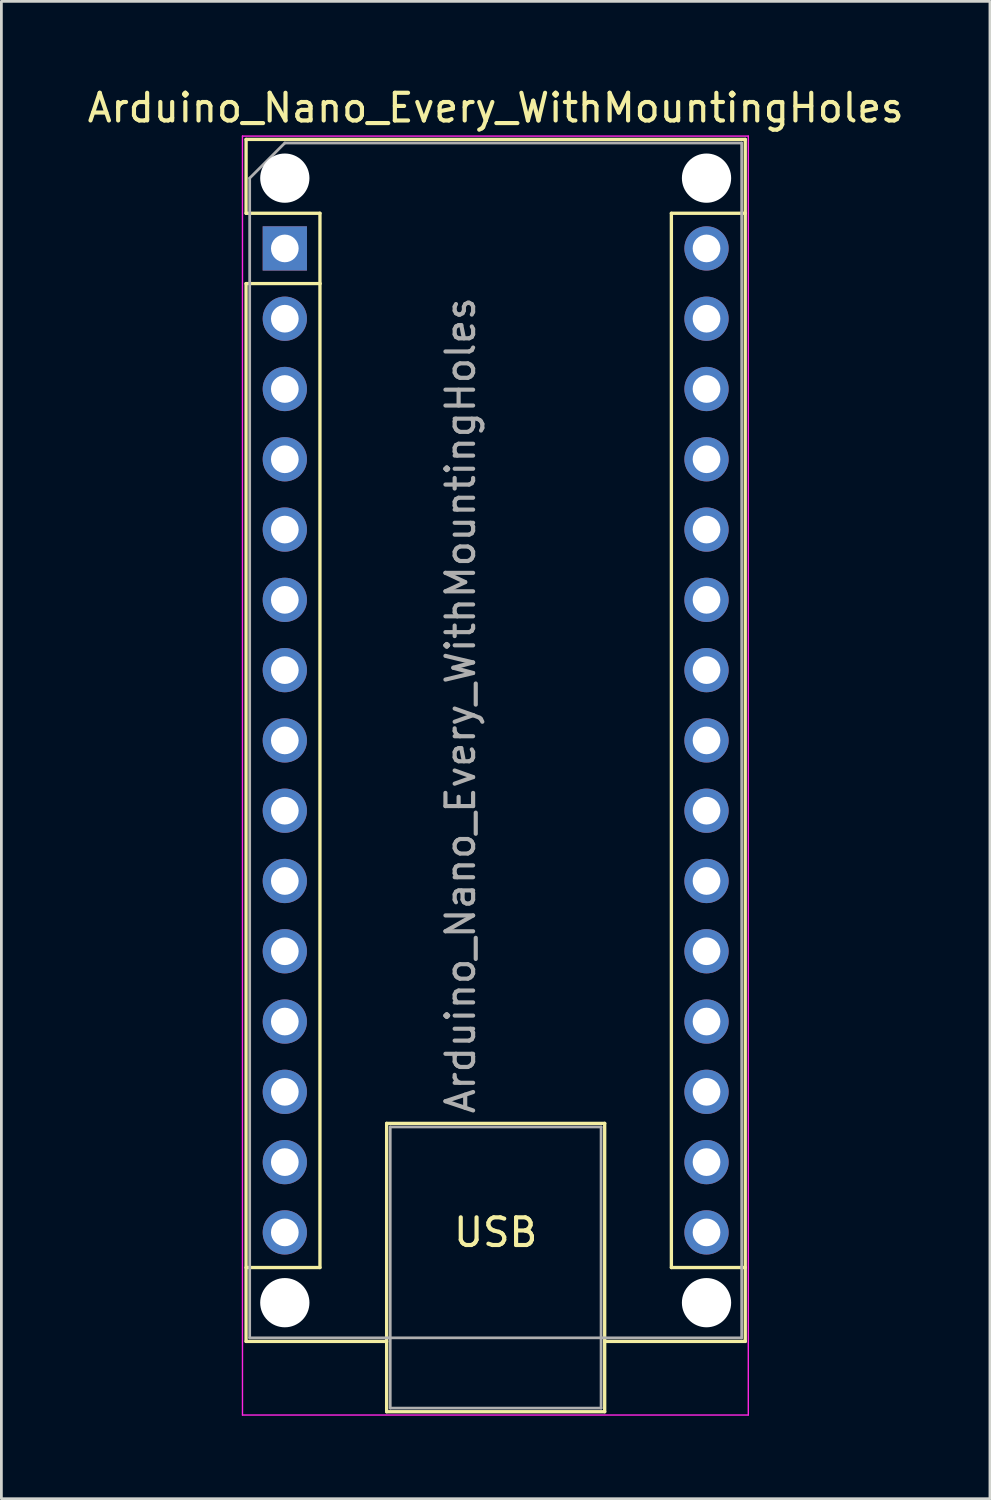
<source format=kicad_pcb>
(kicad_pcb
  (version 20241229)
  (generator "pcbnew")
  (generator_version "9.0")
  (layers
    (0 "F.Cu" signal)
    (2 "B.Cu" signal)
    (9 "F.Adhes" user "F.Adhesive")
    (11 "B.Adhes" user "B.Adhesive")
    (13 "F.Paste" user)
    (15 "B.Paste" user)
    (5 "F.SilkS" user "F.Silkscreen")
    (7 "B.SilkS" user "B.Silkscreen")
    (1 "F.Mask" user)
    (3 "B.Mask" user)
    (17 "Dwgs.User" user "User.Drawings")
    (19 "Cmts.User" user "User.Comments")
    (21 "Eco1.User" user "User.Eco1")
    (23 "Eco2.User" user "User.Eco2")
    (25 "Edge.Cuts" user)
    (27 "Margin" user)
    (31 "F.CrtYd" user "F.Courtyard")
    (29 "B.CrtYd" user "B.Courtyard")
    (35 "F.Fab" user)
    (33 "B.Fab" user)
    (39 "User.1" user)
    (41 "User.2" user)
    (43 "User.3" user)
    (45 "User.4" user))
  (footprint "Arduino_Nano_Every_WithMountingHoles"
    (layer "F.Cu")
    (at 7.243 5.928)
    (property "Reference" "Arduino_Nano_Every_WithMountingHoles" (at 7.62 -5.08 0) (layer "F.SilkS") (effects (font (size 1 1) (thickness 0.15))))
    (attr through_hole)
    (fp_line (start -1.4 -3.94) (end -1.4 -1.27) (stroke (width 0.12) (type solid)) (layer "F.SilkS"))
    (fp_line (start -1.4 1.27) (end -1.4 39.5) (stroke (width 0.12) (type solid)) (layer "F.SilkS"))
    (fp_line (start -1.4 39.5) (end 3.68 39.5) (stroke (width 0.12) (type solid)) (layer "F.SilkS"))
    (fp_line (start 1.27 -1.27) (end -1.4 -1.27) (stroke (width 0.12) (type solid)) (layer "F.SilkS"))
    (fp_line (start 1.27 1.27) (end -1.4 1.27) (stroke (width 0.12) (type solid)) (layer "F.SilkS"))
    (fp_line (start 1.27 1.27) (end 1.27 -1.27) (stroke (width 0.12) (type solid)) (layer "F.SilkS"))
    (fp_line (start 1.27 1.27) (end 1.27 36.83) (stroke (width 0.12) (type solid)) (layer "F.SilkS"))
    (fp_line (start 1.27 36.83) (end -1.4 36.83) (stroke (width 0.12) (type solid)) (layer "F.SilkS"))
    (fp_line (start 3.68 31.62) (end 11.56 31.62) (stroke (width 0.12) (type solid)) (layer "F.SilkS"))
    (fp_line (start 3.68 42.04) (end 3.68 31.62) (stroke (width 0.12) (type solid)) (layer "F.SilkS"))
    (fp_line (start 11.56 31.62) (end 11.56 42.04) (stroke (width 0.12) (type solid)) (layer "F.SilkS"))
    (fp_line (start 11.56 42.04) (end 3.68 42.04) (stroke (width 0.12) (type solid)) (layer "F.SilkS"))
    (fp_line (start 13.97 -1.27) (end 13.97 36.83) (stroke (width 0.12) (type solid)) (layer "F.SilkS"))
    (fp_line (start 13.97 -1.27) (end 16.64 -1.27) (stroke (width 0.12) (type solid)) (layer "F.SilkS"))
    (fp_line (start 13.97 36.83) (end 16.64 36.83) (stroke (width 0.12) (type solid)) (layer "F.SilkS"))
    (fp_line (start 16.64 -3.94) (end -1.4 -3.94) (stroke (width 0.12) (type solid)) (layer "F.SilkS"))
    (fp_line (start 16.64 39.5) (end 11.56 39.5) (stroke (width 0.12) (type solid)) (layer "F.SilkS"))
    (fp_line (start 16.64 39.5) (end 16.64 -3.94) (stroke (width 0.12) (type solid)) (layer "F.SilkS"))
    (fp_line (start -1.53 -4.06) (end -1.53 42.16) (stroke (width 0.05) (type solid)) (layer "F.CrtYd"))
    (fp_line (start -1.53 -4.06) (end 16.75 -4.06) (stroke (width 0.05) (type solid)) (layer "F.CrtYd"))
    (fp_line (start 16.75 42.16) (end -1.53 42.16) (stroke (width 0.05) (type solid)) (layer "F.CrtYd"))
    (fp_line (start 16.75 42.16) (end 16.75 -4.06) (stroke (width 0.05) (type solid)) (layer "F.CrtYd"))
    (fp_line (start -1.27 -2.54) (end 0 -3.81) (stroke (width 0.1) (type solid)) (layer "F.Fab"))
    (fp_line (start -1.27 39.37) (end -1.27 -2.54) (stroke (width 0.1) (type solid)) (layer "F.Fab"))
    (fp_line (start 0 -3.81) (end 16.51 -3.81) (stroke (width 0.1) (type solid)) (layer "F.Fab"))
    (fp_line (start 3.81 31.75) (end 11.43 31.75) (stroke (width 0.1) (type solid)) (layer "F.Fab"))
    (fp_line (start 3.81 41.91) (end 3.81 31.75) (stroke (width 0.1) (type solid)) (layer "F.Fab"))
    (fp_line (start 11.43 31.75) (end 11.43 41.91) (stroke (width 0.1) (type solid)) (layer "F.Fab"))
    (fp_line (start 11.43 41.91) (end 3.81 41.91) (stroke (width 0.1) (type solid)) (layer "F.Fab"))
    (fp_line (start 16.51 -3.81) (end 16.51 39.37) (stroke (width 0.1) (type solid)) (layer "F.Fab"))
    (fp_line (start 16.51 39.37) (end -1.27 39.37) (stroke (width 0.1) (type solid)) (layer "F.Fab"))
    (fp_text user "USB" (at 7.62 35.56 0) (unlocked yes) (layer "F.SilkS") (effects (font (size 1 1) (thickness 0.15))))
    (fp_text user "${REFERENCE}" (at 6.35 16.51 90) (layer "F.Fab") (effects (font (size 1 1) (thickness 0.15))))
    (pad "" np_thru_hole circle (at 0 -2.54) (size 1.78 1.78) (drill 1.78) (layers "*.Cu" "*.Mask"))
    (pad "" np_thru_hole circle (at 0 38.1) (size 1.78 1.78) (drill 1.78) (layers "*.Cu" "*.Mask"))
    (pad "" np_thru_hole circle (at 15.24 -2.54) (size 1.78 1.78) (drill 1.78) (layers "*.Cu" "*.Mask"))
    (pad "" np_thru_hole circle (at 15.24 38.1) (size 1.78 1.78) (drill 1.78) (layers "*.Cu" "*.Mask"))
    (pad "1" thru_hole rect (at 0 0) (size 1.6 1.6) (drill 1) (layers "*.Cu" "*.Mask"))
    (pad "2" thru_hole oval (at 0 2.54) (size 1.6 1.6) (drill 1) (layers "*.Cu" "*.Mask"))
    (pad "3" thru_hole oval (at 0 5.08) (size 1.6 1.6) (drill 1) (layers "*.Cu" "*.Mask"))
    (pad "4" thru_hole oval (at 0 7.62) (size 1.6 1.6) (drill 1) (layers "*.Cu" "*.Mask"))
    (pad "5" thru_hole oval (at 0 10.16) (size 1.6 1.6) (drill 1) (layers "*.Cu" "*.Mask"))
    (pad "6" thru_hole oval (at 0 12.7) (size 1.6 1.6) (drill 1) (layers "*.Cu" "*.Mask"))
    (pad "7" thru_hole oval (at 0 15.24) (size 1.6 1.6) (drill 1) (layers "*.Cu" "*.Mask"))
    (pad "8" thru_hole oval (at 0 17.78) (size 1.6 1.6) (drill 1) (layers "*.Cu" "*.Mask"))
    (pad "9" thru_hole oval (at 0 20.32) (size 1.6 1.6) (drill 1) (layers "*.Cu" "*.Mask"))
    (pad "10" thru_hole oval (at 0 22.86) (size 1.6 1.6) (drill 1) (layers "*.Cu" "*.Mask"))
    (pad "11" thru_hole oval (at 0 25.4) (size 1.6 1.6) (drill 1) (layers "*.Cu" "*.Mask"))
    (pad "12" thru_hole oval (at 0 27.94) (size 1.6 1.6) (drill 1) (layers "*.Cu" "*.Mask"))
    (pad "13" thru_hole oval (at 0 30.48) (size 1.6 1.6) (drill 1) (layers "*.Cu" "*.Mask"))
    (pad "14" thru_hole oval (at 0 33.02) (size 1.6 1.6) (drill 1) (layers "*.Cu" "*.Mask"))
    (pad "15" thru_hole oval (at 0 35.56) (size 1.6 1.6) (drill 1) (layers "*.Cu" "*.Mask"))
    (pad "16" thru_hole oval (at 15.24 35.56) (size 1.6 1.6) (drill 1) (layers "*.Cu" "*.Mask"))
    (pad "17" thru_hole oval (at 15.24 33.02) (size 1.6 1.6) (drill 1) (layers "*.Cu" "*.Mask"))
    (pad "18" thru_hole oval (at 15.24 30.48) (size 1.6 1.6) (drill 1) (layers "*.Cu" "*.Mask"))
    (pad "19" thru_hole oval (at 15.24 27.94) (size 1.6 1.6) (drill 1) (layers "*.Cu" "*.Mask"))
    (pad "20" thru_hole oval (at 15.24 25.4) (size 1.6 1.6) (drill 1) (layers "*.Cu" "*.Mask"))
    (pad "21" thru_hole oval (at 15.24 22.86) (size 1.6 1.6) (drill 1) (layers "*.Cu" "*.Mask"))
    (pad "22" thru_hole oval (at 15.24 20.32) (size 1.6 1.6) (drill 1) (layers "*.Cu" "*.Mask"))
    (pad "23" thru_hole oval (at 15.24 17.78) (size 1.6 1.6) (drill 1) (layers "*.Cu" "*.Mask"))
    (pad "24" thru_hole oval (at 15.24 15.24) (size 1.6 1.6) (drill 1) (layers "*.Cu" "*.Mask"))
    (pad "25" thru_hole oval (at 15.24 12.7) (size 1.6 1.6) (drill 1) (layers "*.Cu" "*.Mask"))
    (pad "26" thru_hole oval (at 15.24 10.16) (size 1.6 1.6) (drill 1) (layers "*.Cu" "*.Mask"))
    (pad "27" thru_hole oval (at 15.24 7.62) (size 1.6 1.6) (drill 1) (layers "*.Cu" "*.Mask"))
    (pad "28" thru_hole oval (at 15.24 5.08) (size 1.6 1.6) (drill 1) (layers "*.Cu" "*.Mask"))
    (pad "29" thru_hole oval (at 15.24 2.54) (size 1.6 1.6) (drill 1) (layers "*.Cu" "*.Mask"))
    (pad "30" thru_hole oval (at 15.24 0) (size 1.6 1.6) (drill 1) (layers "*.Cu" "*.Mask")))
  (gr_rect
    (start -3 -3)
    (end 32.726 51.113)
    (stroke (width 0.1) (type default))
    (fill no)
    (layer "Edge.Cuts")))
</source>
